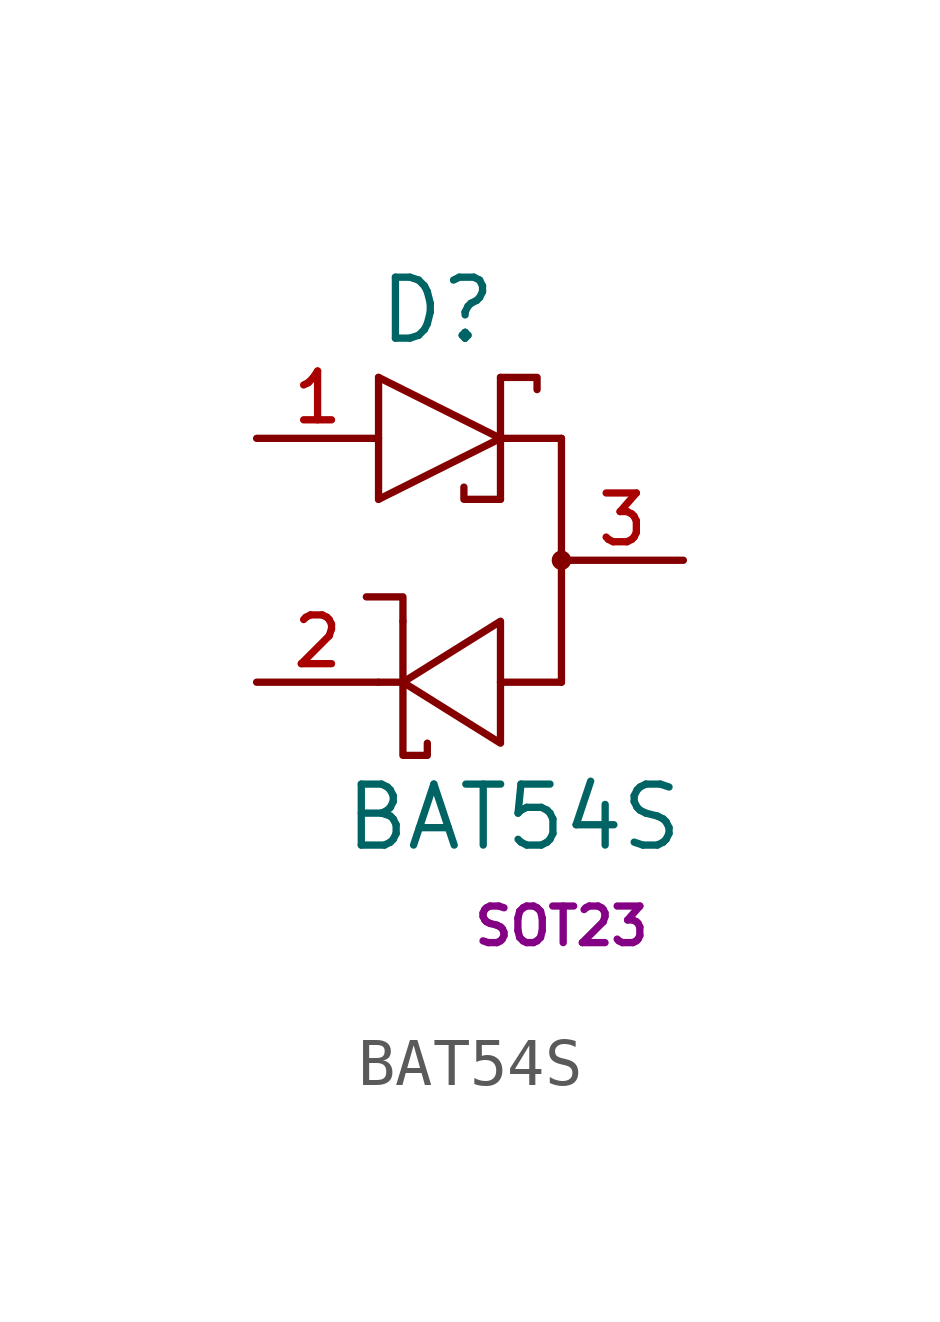
<source format=kicad_sym>
(kicad_symbol_lib
  (version 20220914)
  (generator kicad_symbol_editor)
  (symbol "BAT54S"
    (pin_names
      (offset 1.016))
    (property "Reference" "D"
      (at -1.321 5.207 0)
      (effects (font (size 1.27 1.27)) (justify left)))
    (property "Value" "BAT54S"
      (at -2.032 -6.096 0)
      (effects (font (size 1.27 1.27)) (justify left bottom)))
    (property "Footprint" "SOT23"
      (at 2.54 -7.62 0)
      (effects (font (size 0.762 0.762))))
    (property "Datasheet" ""
      (at 0 0 0)
      (effects (font (size 1.524 1.524))))
    (symbol "BAT54S_0_1"
      (polyline (pts (xy -1.27 -2.54) (xy -0.762 -2.54) (xy -0.762 -2.54)) (stroke (width 0) (type default)) (fill (type none)))
      (polyline (pts (xy 1.27 2.54) (xy 2.54 2.54) (xy 2.54 2.54)) (stroke (width 0) (type default)) (fill (type none)))
      (polyline (pts (xy -0.762 -1.27) (xy -0.762 -0.762) (xy -1.524 -0.762) (xy -1.524 -0.762)) (stroke (width 0) (type default)) (fill (type none)))
      (polyline (pts (xy 1.27 3.81) (xy 2.032 3.81) (xy 2.032 3.556) (xy 2.032 3.556)) (stroke (width 0) (type default)) (fill (type none)))
      (polyline (pts (xy -0.762 -1.27) (xy -0.762 -4.064) (xy -0.254 -4.064) (xy -0.254 -3.81) (xy -0.254 -3.81)) (stroke (width 0) (type default)) (fill (type none)))
      (polyline (pts (xy 1.27 1.27) (xy 0.508 1.27) (xy 0.508 1.524) (xy 0.508 1.524) (xy 0.508 1.524)) (stroke (width 0) (type default)) (fill (type none)))
      (polyline (pts (xy -0.762 -2.54) (xy 1.27 -1.27) (xy 1.27 -3.81) (xy -0.762 -2.54) (xy -0.762 -2.54) (xy -0.762 -2.54)) (stroke (width 0) (type default)) (fill (type none))))
    (symbol "BAT54S_1_0"
      (polyline (pts (xy -1.27 1.27) (xy 1.27 2.54)) (stroke (width 0) (type default)) (fill (type none)))
      (polyline (pts (xy -1.27 3.81) (xy -1.27 1.27)) (stroke (width 0) (type default)) (fill (type none)))
      (polyline (pts (xy 1.27 2.54) (xy -1.27 3.81)) (stroke (width 0) (type default)) (fill (type none)))
      (polyline (pts (xy 1.27 2.54) (xy 1.27 1.27)) (stroke (width 0) (type default)) (fill (type none)))
      (polyline (pts (xy 1.27 3.81) (xy 1.27 2.54)) (stroke (width 0) (type default)) (fill (type none)))
      (polyline (pts (xy 2.54 -2.54) (xy 1.27 -2.54)) (stroke (width 0) (type default)) (fill (type none)))
      (polyline (pts (xy 2.54 -2.54) (xy 2.54 2.54)) (stroke (width 0) (type default)) (fill (type none))))
    (symbol "BAT54S_1_1"
      (circle (center 2.54 0) (radius 0.127) (stroke (width 0) (type default)) (fill (type outline)))
      (pin passive line (at -3.81 2.54 0) (length 2.54) (name "~" (effects (font (size 1.016 1.016)))) (number "1" (effects (font (size 1.016 1.016)))))
      (pin passive line (at -3.81 -2.54 0) (length 2.54) (name "~" (effects (font (size 1.016 1.016)))) (number "2" (effects (font (size 1.016 1.016)))))
      (pin passive line (at 5.08 0 180) (length 2.54) (name "~" (effects (font (size 1.016 1.016)))) (number "3" (effects (font (size 1.016 1.016))))))))
</source>
